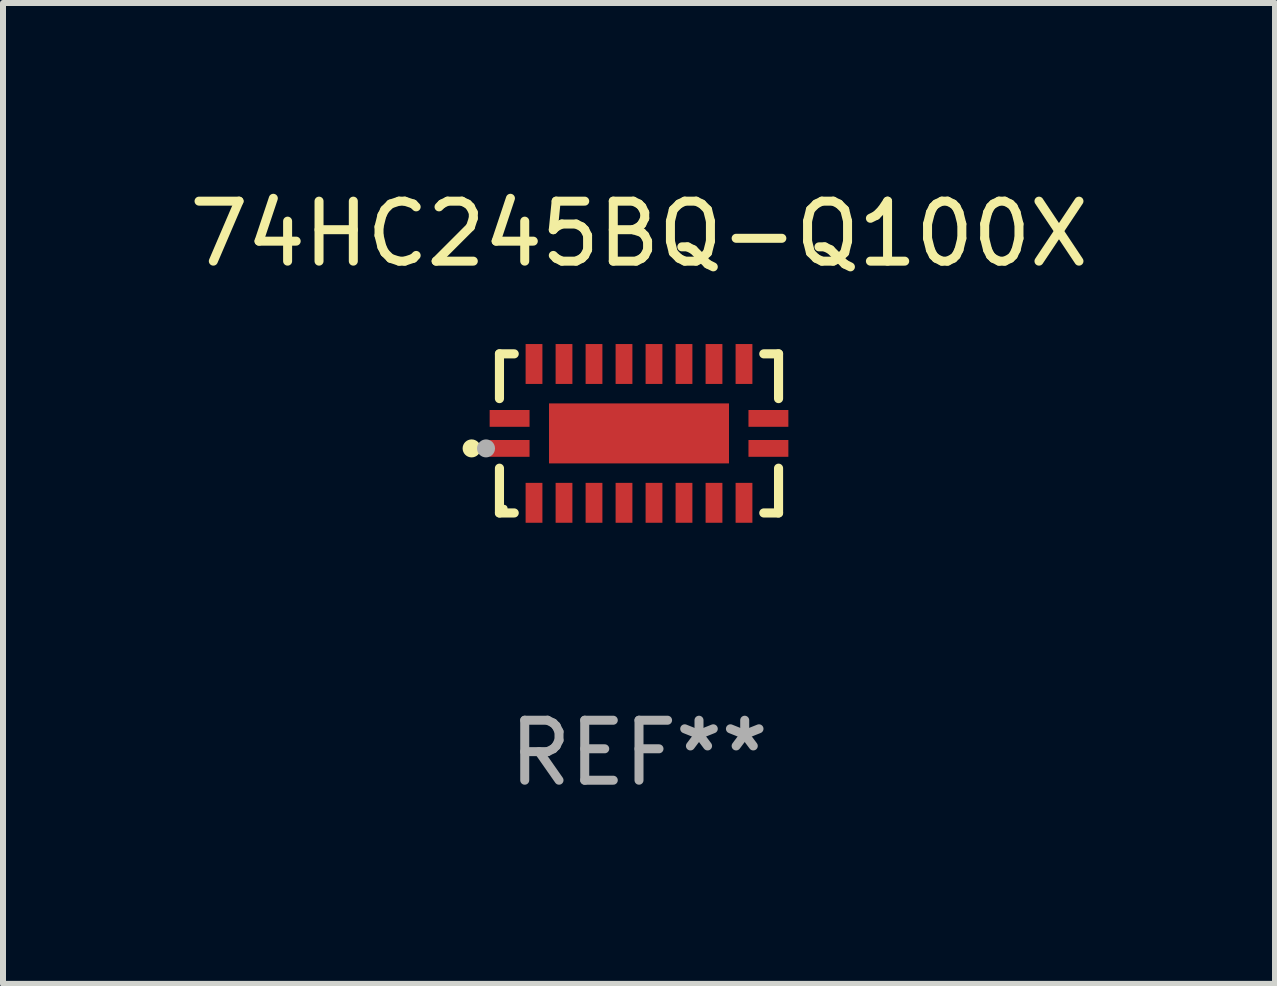
<source format=kicad_pcb>
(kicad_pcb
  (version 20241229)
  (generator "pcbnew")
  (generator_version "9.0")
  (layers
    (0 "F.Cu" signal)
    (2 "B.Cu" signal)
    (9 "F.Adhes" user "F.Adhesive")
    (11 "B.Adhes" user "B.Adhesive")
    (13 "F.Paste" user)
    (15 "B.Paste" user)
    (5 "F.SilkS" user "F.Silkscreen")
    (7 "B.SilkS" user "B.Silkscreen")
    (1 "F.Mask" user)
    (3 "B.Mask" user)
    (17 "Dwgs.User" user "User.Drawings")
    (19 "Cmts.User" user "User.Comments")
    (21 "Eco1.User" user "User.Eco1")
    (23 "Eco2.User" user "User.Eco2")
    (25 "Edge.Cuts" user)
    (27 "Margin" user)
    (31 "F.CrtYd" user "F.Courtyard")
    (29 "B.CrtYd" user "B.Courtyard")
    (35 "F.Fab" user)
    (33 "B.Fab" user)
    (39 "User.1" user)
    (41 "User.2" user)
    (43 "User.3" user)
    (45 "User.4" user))
  (footprint "74HC245BQ-Q100X"
    (layer "F.Cu")
    (at 7.601 4.174)
    (property "Reference" "74HC245BQ-Q100X" (at 0 -3.326 0) (layer "F.SilkS") (effects (font (size 1 1) (thickness 0.15))))
    (attr through_hole)
    (fp_line (start -2.326 -1.326) (end -2.08 -1.326) (stroke (width 0.152) (type solid)) (layer "F.SilkS"))
    (fp_line (start -2.326 -0.58) (end -2.326 -1.326) (stroke (width 0.152) (type solid)) (layer "F.SilkS"))
    (fp_line (start -2.326 0.58) (end -2.326 1.326) (stroke (width 0.152) (type solid)) (layer "F.SilkS"))
    (fp_line (start -2.326 1.326) (end -2.08 1.326) (stroke (width 0.152) (type solid)) (layer "F.SilkS"))
    (fp_line (start 2.326 -1.326) (end 2.08 -1.326) (stroke (width 0.152) (type solid)) (layer "F.SilkS"))
    (fp_line (start 2.326 -0.58) (end 2.326 -1.326) (stroke (width 0.152) (type solid)) (layer "F.SilkS"))
    (fp_line (start 2.326 0.58) (end 2.326 1.326) (stroke (width 0.152) (type solid)) (layer "F.SilkS"))
    (fp_line (start 2.326 1.326) (end 2.08 1.326) (stroke (width 0.152) (type solid)) (layer "F.SilkS"))
    (fp_circle (center -2.79 0.25) (end -2.715 0.25) (stroke (width 0.15) (type solid)) (fill no) (layer "F.SilkS"))
    (fp_circle (center -2.25 1.25) (end -2.22 1.25) (stroke (width 0.06) (type solid)) (fill no) (layer "F.SilkS"))
    (fp_circle (center -2.55 0.25) (end -2.475 0.25) (stroke (width 0.15) (type solid)) (fill no) (layer "F.Fab"))
    (fp_text user "REF**" (at 0 5.326 0) (layer "F.Fab") (effects (font (size 1 1) (thickness 0.15))))
    (pad "1" smd rect (at -2.157 0.25) (size 0.665 0.28) (layers "F.Cu" "F.Mask" "F.Paste"))
    (pad "2" smd rect (at -1.75 1.157) (size 0.28 0.665) (layers "F.Cu" "F.Mask" "F.Paste"))
    (pad "3" smd rect (at -1.25 1.157) (size 0.28 0.665) (layers "F.Cu" "F.Mask" "F.Paste"))
    (pad "4" smd rect (at -0.75 1.157) (size 0.28 0.665) (layers "F.Cu" "F.Mask" "F.Paste"))
    (pad "5" smd rect (at -0.25 1.157) (size 0.28 0.665) (layers "F.Cu" "F.Mask" "F.Paste"))
    (pad "6" smd rect (at 0.25 1.157) (size 0.28 0.665) (layers "F.Cu" "F.Mask" "F.Paste"))
    (pad "7" smd rect (at 0.75 1.157) (size 0.28 0.665) (layers "F.Cu" "F.Mask" "F.Paste"))
    (pad "8" smd rect (at 1.25 1.157) (size 0.28 0.665) (layers "F.Cu" "F.Mask" "F.Paste"))
    (pad "9" smd rect (at 1.75 1.157) (size 0.28 0.665) (layers "F.Cu" "F.Mask" "F.Paste"))
    (pad "10" smd rect (at 2.157 0.25) (size 0.665 0.28) (layers "F.Cu" "F.Mask" "F.Paste"))
    (pad "11" smd rect (at 2.157 -0.25) (size 0.665 0.28) (layers "F.Cu" "F.Mask" "F.Paste"))
    (pad "12" smd rect (at 1.75 -1.157) (size 0.28 0.665) (layers "F.Cu" "F.Mask" "F.Paste"))
    (pad "13" smd rect (at 1.25 -1.157) (size 0.28 0.665) (layers "F.Cu" "F.Mask" "F.Paste"))
    (pad "14" smd rect (at 0.75 -1.157) (size 0.28 0.665) (layers "F.Cu" "F.Mask" "F.Paste"))
    (pad "15" smd rect (at 0.25 -1.157) (size 0.28 0.665) (layers "F.Cu" "F.Mask" "F.Paste"))
    (pad "16" smd rect (at -0.25 -1.157) (size 0.28 0.665) (layers "F.Cu" "F.Mask" "F.Paste"))
    (pad "17" smd rect (at -0.75 -1.157) (size 0.28 0.665) (layers "F.Cu" "F.Mask" "F.Paste"))
    (pad "18" smd rect (at -1.25 -1.157) (size 0.28 0.665) (layers "F.Cu" "F.Mask" "F.Paste"))
    (pad "19" smd rect (at -1.75 -1.157) (size 0.28 0.665) (layers "F.Cu" "F.Mask" "F.Paste"))
    (pad "20" smd rect (at -2.157 -0.25) (size 0.665 0.28) (layers "F.Cu" "F.Mask" "F.Paste"))
    (pad "21" smd rect (at 0 0) (size 3 1) (layers "F.Cu" "F.Mask" "F.Paste")))
  (gr_rect
    (start -3 -3)
    (end 18.202 13.349)
    (stroke (width 0.1) (type default))
    (fill no)
    (layer "Edge.Cuts")))
</source>
